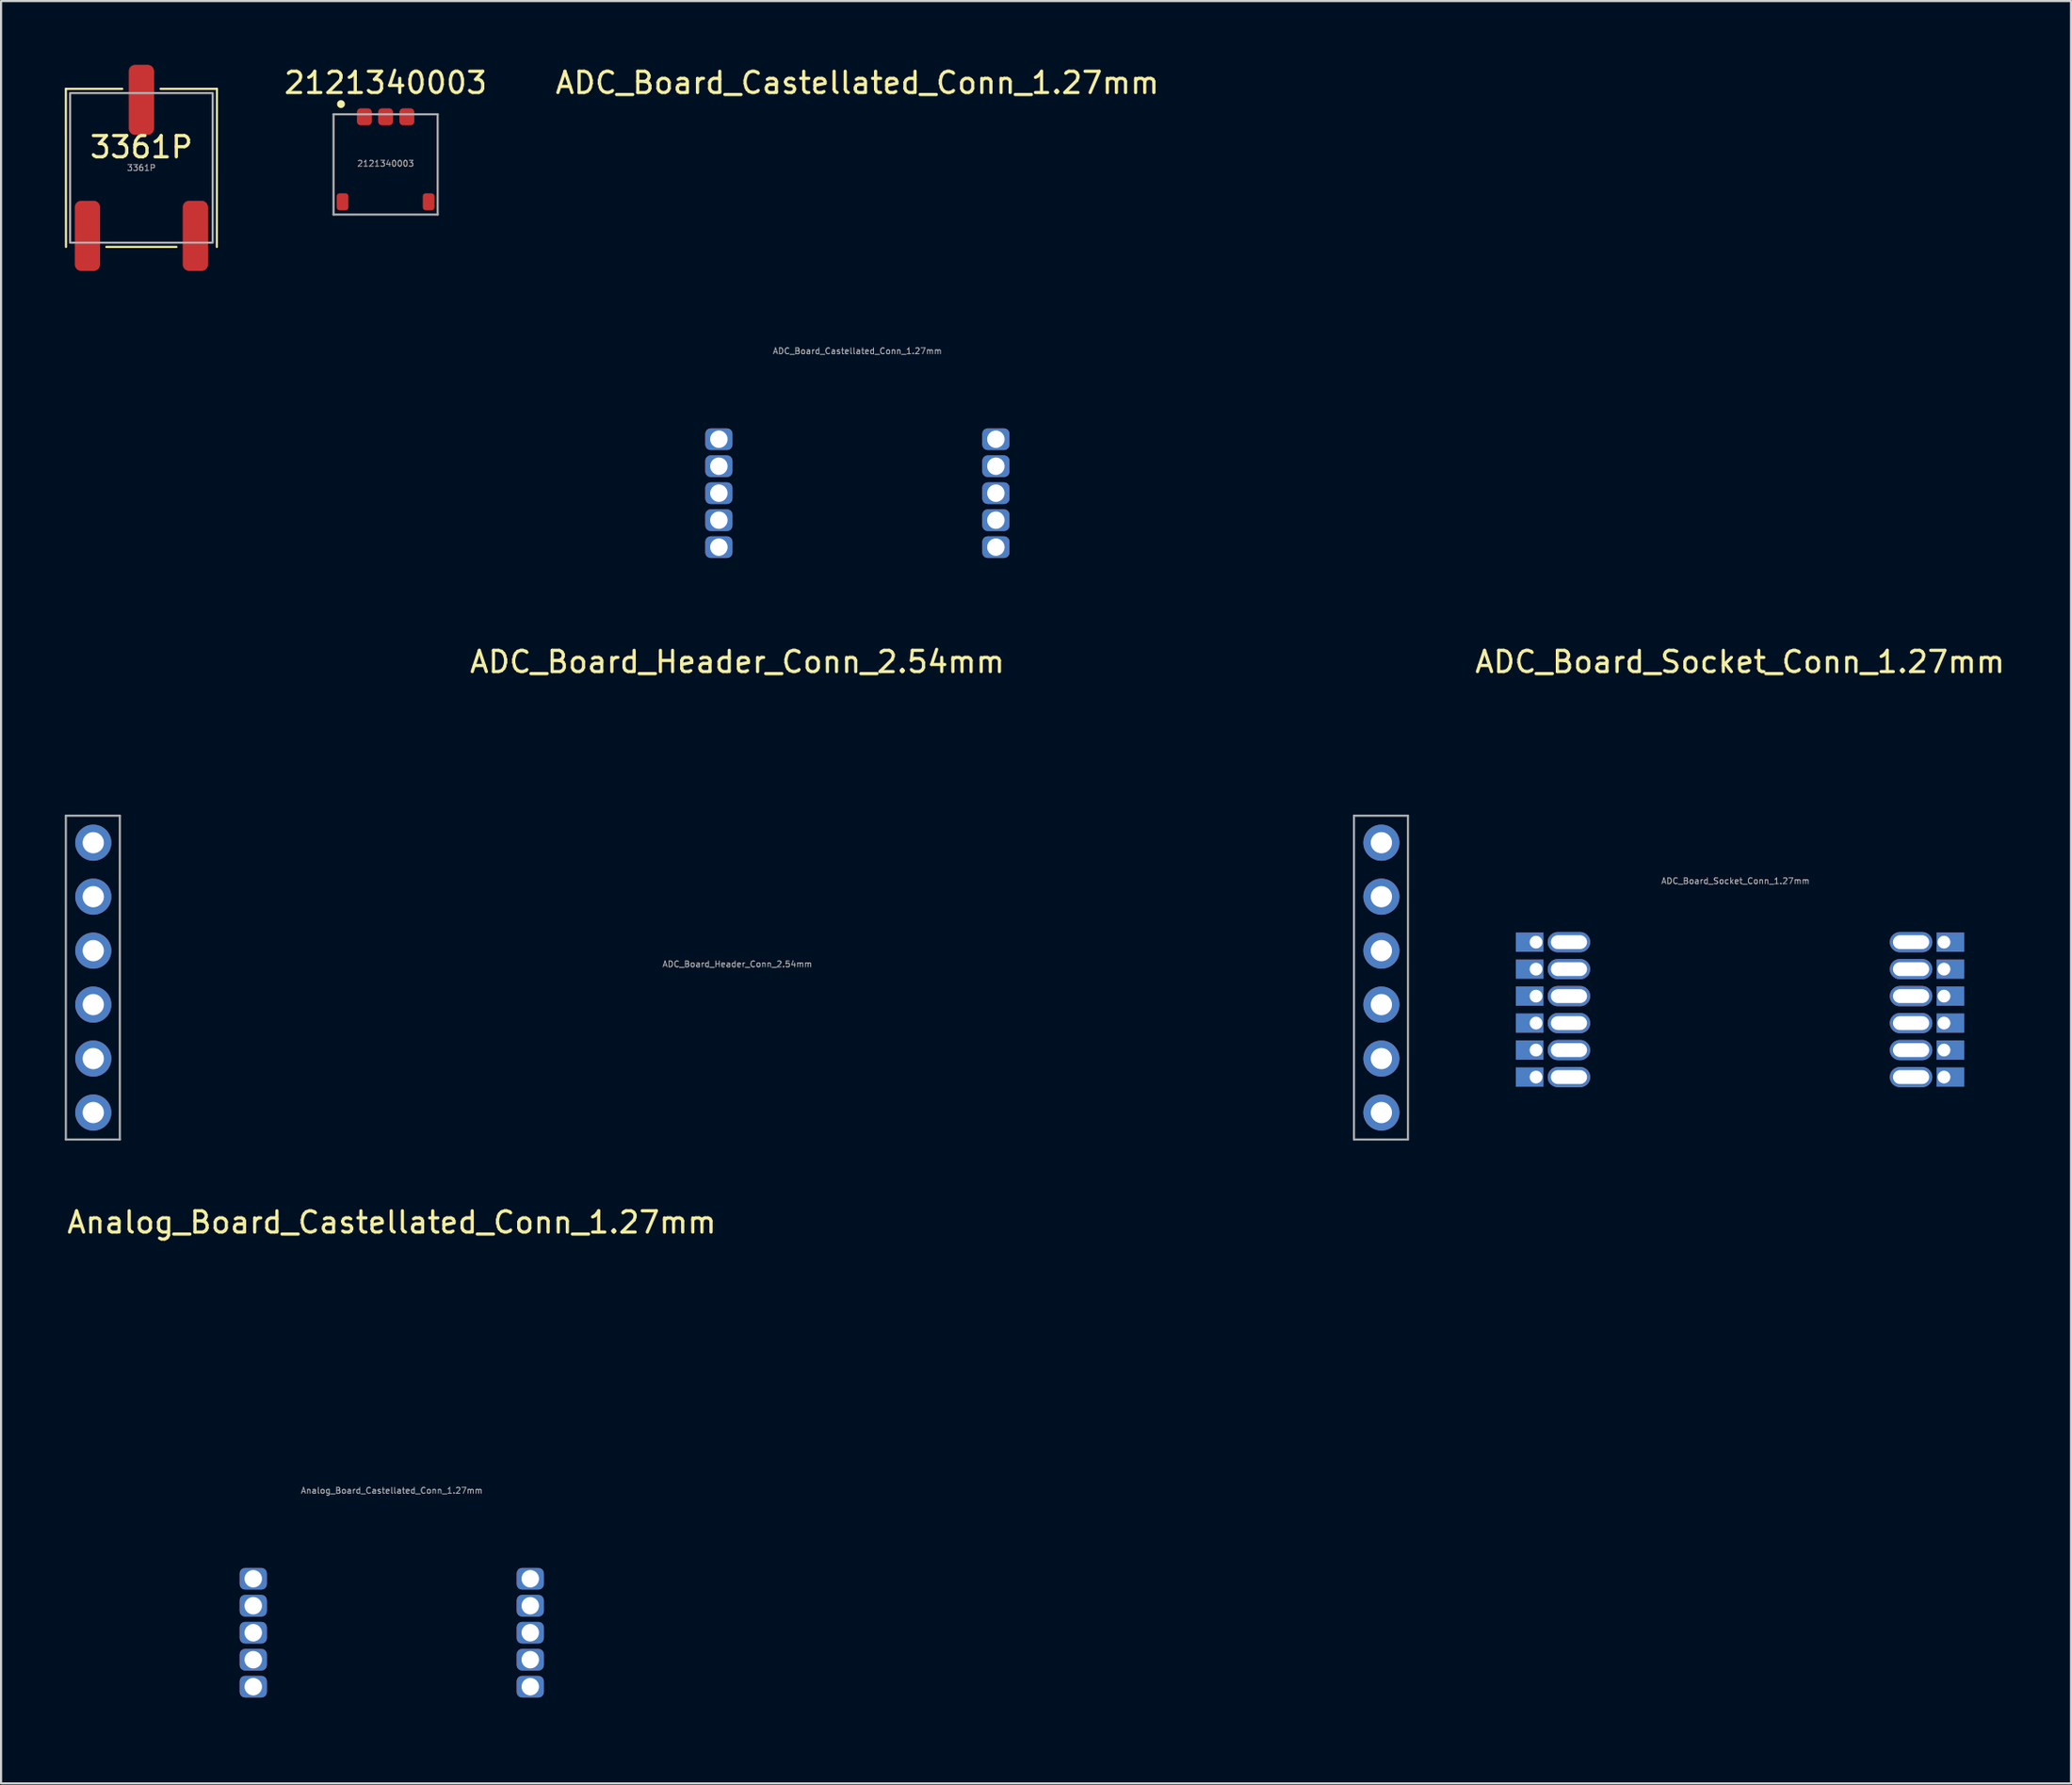
<source format=kicad_pcb>
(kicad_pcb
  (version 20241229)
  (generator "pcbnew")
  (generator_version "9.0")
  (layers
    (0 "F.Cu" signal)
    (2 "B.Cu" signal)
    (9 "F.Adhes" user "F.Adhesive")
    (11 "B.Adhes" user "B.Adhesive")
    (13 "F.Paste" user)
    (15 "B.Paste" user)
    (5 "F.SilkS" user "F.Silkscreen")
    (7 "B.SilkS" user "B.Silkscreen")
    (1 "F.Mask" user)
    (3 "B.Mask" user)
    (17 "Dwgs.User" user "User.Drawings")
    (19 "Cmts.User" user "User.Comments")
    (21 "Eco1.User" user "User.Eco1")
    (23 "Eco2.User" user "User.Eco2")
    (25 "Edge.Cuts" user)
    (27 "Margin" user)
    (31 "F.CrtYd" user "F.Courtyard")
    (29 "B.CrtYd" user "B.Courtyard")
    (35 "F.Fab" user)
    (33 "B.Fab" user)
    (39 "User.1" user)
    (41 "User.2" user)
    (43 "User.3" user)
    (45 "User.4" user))
  (footprint "Analog_Board_Castellated_Conn_1.27mm"
    (layer "F.Cu")
    (at 15.387 67.104)
    (property "Reference" "Analog_Board_Castellated_Conn_1.27mm" (at 0 -12.625 0) (unlocked yes) (layer "F.SilkS") (effects (font (size 1 1) (thickness 0.15))))
    (attr smd)
    (fp_rect (start -6.518 -10.756) (end 6.518 10.756) (stroke (width 0.05) (type default)) (fill no) (layer "User.1"))
    (fp_text user "${REFERENCE}" (at 0 0 0) (unlocked yes) (layer "F.Fab") (effects (font (size 0.28 0.28) (thickness 0.042))))
    (pad "1" thru_hole roundrect (at -6.518 4.148 90) (size 1.02 1.28) (drill 0.82) (property pad_prop_castellated) (layers "*.Cu" "*.Mask") (roundrect_rratio 0.25))
    (pad "2" thru_hole roundrect (at -6.518 5.418 90) (size 1.02 1.28) (drill 0.82) (property pad_prop_castellated) (layers "*.Cu" "*.Mask") (roundrect_rratio 0.25))
    (pad "3" thru_hole roundrect (at -6.518 6.688 90) (size 1.02 1.28) (drill 0.82) (property pad_prop_castellated) (layers "*.Cu" "*.Mask") (roundrect_rratio 0.25))
    (pad "4" thru_hole roundrect (at -6.518 7.958 90) (size 1.02 1.28) (drill 0.82) (property pad_prop_castellated) (layers "*.Cu" "*.Mask") (roundrect_rratio 0.25))
    (pad "5" thru_hole roundrect (at -6.518 9.228 90) (size 1.02 1.28) (drill 0.82) (property pad_prop_castellated) (layers "*.Cu" "*.Mask") (roundrect_rratio 0.25))
    (pad "6" thru_hole roundrect (at 6.518 9.228 90) (size 1.02 1.28) (drill 0.82) (property pad_prop_castellated) (layers "*.Cu" "*.Mask") (roundrect_rratio 0.25))
    (pad "7" thru_hole roundrect (at 6.518 7.958 90) (size 1.02 1.28) (drill 0.82) (property pad_prop_castellated) (layers "*.Cu" "*.Mask") (roundrect_rratio 0.25))
    (pad "8" thru_hole roundrect (at 6.518 6.688 90) (size 1.02 1.28) (drill 0.82) (property pad_prop_castellated) (layers "*.Cu" "*.Mask") (roundrect_rratio 0.25))
    (pad "9" thru_hole roundrect (at 6.518 5.418 90) (size 1.02 1.28) (drill 0.82) (property pad_prop_castellated) (layers "*.Cu" "*.Mask") (roundrect_rratio 0.25))
    (pad "10" thru_hole roundrect (at 6.518 4.148 90) (size 1.02 1.28) (drill 0.82) (property pad_prop_castellated) (layers "*.Cu" "*.Mask") (roundrect_rratio 0.25)))
  (footprint "ADC_Board_Socket_Conn_1.27mm"
    (layer "F.Cu")
    (at 78.837 38.413)
    (property "Reference" "ADC_Board_Socket_Conn_1.27mm" (at 0 -10.311 0) (unlocked yes) (layer "F.SilkS") (effects (font (size 1 1) (thickness 0.15))))
    (attr smd)
    (fp_rect (start -7.804 -8.957) (end 7.804 10.755) (stroke (width 0.05) (type default)) (fill no) (layer "User.1"))
    (fp_text user "${REFERENCE}" (at -0.215 0 0) (unlocked yes) (layer "F.Fab") (effects (font (size 0.28 0.28) (thickness 0.042))))
    (pad "1" thru_hole rect (at -9.6 2.878) (size 1.3 0.9) (drill 0.6 (offset -0.3 0)) (layers "*.Cu" "*.Mask"))
    (pad "1" thru_hole oval (at -8.05 2.878) (size 2 0.95) (drill oval 1.7 0.65) (layers "*.Cu" "*.Mask"))
    (pad "2" thru_hole rect (at -9.6 4.148) (size 1.3 0.9) (drill 0.6 (offset -0.3 0)) (layers "*.Cu" "*.Mask"))
    (pad "2" thru_hole oval (at -8.05 4.148) (size 2 0.95) (drill oval 1.7 0.65) (layers "*.Cu" "*.Mask"))
    (pad "3" thru_hole rect (at -9.6 5.418) (size 1.3 0.9) (drill 0.6 (offset -0.3 0)) (layers "*.Cu" "*.Mask"))
    (pad "3" thru_hole oval (at -8.05 5.418) (size 2 0.95) (drill oval 1.7 0.65) (layers "*.Cu" "*.Mask"))
    (pad "4" thru_hole rect (at -9.6 6.688) (size 1.3 0.9) (drill 0.6 (offset -0.3 0)) (layers "*.Cu" "*.Mask"))
    (pad "4" thru_hole oval (at -8.05 6.688) (size 2 0.95) (drill oval 1.7 0.65) (layers "*.Cu" "*.Mask"))
    (pad "5" thru_hole rect (at -9.6 7.958) (size 1.3 0.9) (drill 0.6 (offset -0.3 0)) (layers "*.Cu" "*.Mask"))
    (pad "5" thru_hole oval (at -8.05 7.958) (size 2 0.95) (drill oval 1.7 0.65) (layers "*.Cu" "*.Mask"))
    (pad "6" thru_hole rect (at -9.6 9.228) (size 1.3 0.9) (drill 0.6 (offset -0.3 0)) (layers "*.Cu" "*.Mask"))
    (pad "6" thru_hole oval (at -8.05 9.228) (size 2 0.95) (drill oval 1.7 0.65) (layers "*.Cu" "*.Mask"))
    (pad "7" thru_hole oval (at 8.05 9.228) (size 2 0.95) (drill oval 1.7 0.65) (layers "*.Cu" "*.Mask"))
    (pad "7" thru_hole rect (at 9.6 9.228) (size 1.3 0.9) (drill 0.6 (offset 0.3 0)) (layers "*.Cu" "*.Mask"))
    (pad "8" thru_hole oval (at 8.05 7.958) (size 2 0.95) (drill oval 1.7 0.65) (layers "*.Cu" "*.Mask"))
    (pad "8" thru_hole rect (at 9.6 7.958) (size 1.3 0.9) (drill 0.6 (offset 0.3 0)) (layers "*.Cu" "*.Mask"))
    (pad "9" thru_hole oval (at 8.05 6.688) (size 2 0.95) (drill oval 1.7 0.65) (layers "*.Cu" "*.Mask"))
    (pad "9" thru_hole rect (at 9.6 6.688) (size 1.3 0.9) (drill 0.6 (offset 0.3 0)) (layers "*.Cu" "*.Mask"))
    (pad "10" thru_hole oval (at 8.05 5.418) (size 2 0.95) (drill oval 1.7 0.65) (layers "*.Cu" "*.Mask"))
    (pad "10" thru_hole rect (at 9.6 5.418) (size 1.3 0.9) (drill 0.6 (offset 0.3 0)) (layers "*.Cu" "*.Mask"))
    (pad "11" thru_hole oval (at 8.05 4.148) (size 2 0.95) (drill oval 1.7 0.65) (layers "*.Cu" "*.Mask"))
    (pad "11" thru_hole rect (at 9.6 4.148) (size 1.3 0.9) (drill 0.6 (offset 0.3 0)) (layers "*.Cu" "*.Mask"))
    (pad "12" thru_hole oval (at 8.05 2.878) (size 2 0.95) (drill oval 1.7 0.65) (layers "*.Cu" "*.Mask"))
    (pad "12" thru_hole rect (at 9.6 2.878) (size 1.3 0.9) (drill 0.6 (offset 0.3 0)) (layers "*.Cu" "*.Mask")))
  (footprint "3361P"
    (layer "F.Cu")
    (at 3.605 4.85)
    (property "Reference" "3361P" (at 0 -0.975 0) (unlocked yes) (layer "F.SilkS") (effects (font (size 1 1) (thickness 0.15))))
    (attr smd)
    (fp_line (start -3.55 -3.72) (end -0.9 -3.72) (stroke (width 0.1) (type default)) (layer "F.SilkS"))
    (fp_line (start -3.55 3.72) (end -3.555 -3.72) (stroke (width 0.1) (type default)) (layer "F.SilkS"))
    (fp_line (start -1.65 3.72) (end 1.65 3.72) (stroke (width 0.1) (type default)) (layer "F.SilkS"))
    (fp_line (start 3.55 -3.72) (end 0.9 -3.72) (stroke (width 0.1) (type default)) (layer "F.SilkS"))
    (fp_line (start 3.55 3.72) (end 3.555 -3.72) (stroke (width 0.1) (type default)) (layer "F.SilkS"))
    (fp_rect (start -3.355 -3.52) (end 3.355 3.52) (stroke (width 0.1) (type solid)) (fill no) (layer "F.Fab"))
    (fp_text user "${REFERENCE}" (at 0 0 0) (unlocked yes) (layer "F.Fab") (effects (font (size 0.28 0.28) (thickness 0.042))))
    (pad "1" smd roundrect (at -2.54 3.2) (size 1.19 3.3) (layers "F.Cu" "F.Mask" "F.Paste") (roundrect_rratio 0.25))
    (pad "2" smd roundrect (at 0 -3.2) (size 1.19 3.3) (layers "F.Cu" "F.Mask" "F.Paste") (roundrect_rratio 0.25))
    (pad "3" smd roundrect (at 2.54 3.2) (size 1.19 3.3) (layers "F.Cu" "F.Mask" "F.Paste") (roundrect_rratio 0.25)))
  (footprint "2121340003"
    (layer "F.Cu")
    (at 15.097 2.448)
    (property "Reference" "2121340003" (at 0 -1.6 0) (unlocked yes) (layer "F.SilkS") (effects (font (size 1 1) (thickness 0.15))))
    (attr smd)
    (fp_circle (center -2.1 -0.6) (end -1.94 -0.6) (stroke (width 0.05) (type solid)) (fill yes) (layer "F.SilkS"))
    (fp_line (start -2.45 -0.12) (end -2.45 4.6) (stroke (width 0.1) (type default)) (layer "F.Fab"))
    (fp_line (start -2.45 4.6) (end 2.45 4.6) (stroke (width 0.1) (type default)) (layer "F.Fab"))
    (fp_line (start 2.45 -0.12) (end -2.45 -0.12) (stroke (width 0.1) (type default)) (layer "F.Fab"))
    (fp_line (start 2.45 -0.12) (end 2.45 4.6) (stroke (width 0.1) (type default)) (layer "F.Fab"))
    (fp_text user "${REFERENCE}" (at 0 2.2 0) (unlocked yes) (layer "F.Fab") (effects (font (size 0.28 0.28) (thickness 0.042))))
    (pad "1" smd roundrect (at -1 0) (size 0.7 0.8) (layers "F.Cu" "F.Mask" "F.Paste") (roundrect_rratio 0.25))
    (pad "2" smd roundrect (at 0 0) (size 0.7 0.8) (layers "F.Cu" "F.Mask" "F.Paste") (roundrect_rratio 0.25))
    (pad "3" smd roundrect (at 1 0) (size 0.7 0.8) (layers "F.Cu" "F.Mask" "F.Paste") (roundrect_rratio 0.25))
    (pad "4" smd roundrect (at -2.025 4) (size 0.55 0.8) (layers "F.Cu" "F.Mask" "F.Paste") (roundrect_rratio 0.25))
    (pad "4" smd roundrect (at 2.025 4) (size 0.55 0.8) (layers "F.Cu" "F.Mask" "F.Paste") (roundrect_rratio 0.25)))
  (footprint "ADC_Board_Castellated_Conn_1.27mm"
    (layer "F.Cu")
    (at 37.299 13.473)
    (property "Reference" "ADC_Board_Castellated_Conn_1.27mm" (at 0 -12.625 0) (unlocked yes) (layer "F.SilkS") (effects (font (size 1 1) (thickness 0.15))))
    (attr smd)
    (fp_rect (start -6.518 -6.957) (end 6.518 10.755) (stroke (width 0.05) (type default)) (fill no) (layer "User.1"))
    (fp_text user "${REFERENCE}" (at 0 0 0) (unlocked yes) (layer "F.Fab") (effects (font (size 0.28 0.28) (thickness 0.042))))
    (pad "1" thru_hole roundrect (at -6.518 4.148 90) (size 1.02 1.28) (drill 0.82) (property pad_prop_castellated) (layers "*.Cu" "*.Mask") (roundrect_rratio 0.25))
    (pad "2" thru_hole roundrect (at -6.518 5.418 90) (size 1.02 1.28) (drill 0.82) (property pad_prop_castellated) (layers "*.Cu" "*.Mask") (roundrect_rratio 0.25))
    (pad "3" thru_hole roundrect (at -6.518 6.688 90) (size 1.02 1.28) (drill 0.82) (property pad_prop_castellated) (layers "*.Cu" "*.Mask") (roundrect_rratio 0.25))
    (pad "4" thru_hole roundrect (at -6.518 7.958 90) (size 1.02 1.28) (drill 0.82) (property pad_prop_castellated) (layers "*.Cu" "*.Mask") (roundrect_rratio 0.25))
    (pad "5" thru_hole roundrect (at -6.518 9.228 90) (size 1.02 1.28) (drill 0.82) (property pad_prop_castellated) (layers "*.Cu" "*.Mask") (roundrect_rratio 0.25))
    (pad "6" thru_hole roundrect (at 6.518 9.228 90) (size 1.02 1.28) (drill 0.82) (property pad_prop_castellated) (layers "*.Cu" "*.Mask") (roundrect_rratio 0.25))
    (pad "7" thru_hole roundrect (at 6.518 7.958 90) (size 1.02 1.28) (drill 0.82) (property pad_prop_castellated) (layers "*.Cu" "*.Mask") (roundrect_rratio 0.25))
    (pad "8" thru_hole roundrect (at 6.518 6.688 90) (size 1.02 1.28) (drill 0.82) (property pad_prop_castellated) (layers "*.Cu" "*.Mask") (roundrect_rratio 0.25))
    (pad "9" thru_hole roundrect (at 6.518 5.418 90) (size 1.02 1.28) (drill 0.82) (property pad_prop_castellated) (layers "*.Cu" "*.Mask") (roundrect_rratio 0.25))
    (pad "10" thru_hole roundrect (at 6.518 4.148 90) (size 1.02 1.28) (drill 0.82) (property pad_prop_castellated) (layers "*.Cu" "*.Mask") (roundrect_rratio 0.25)))
  (footprint "ADC_Board_Header_Conn_2.54mm"
    (layer "F.Cu")
    (at 31.65 42.961)
    (property "Reference" "ADC_Board_Header_Conn_2.54mm" (at 0 -14.859 0) (unlocked yes) (layer "F.SilkS") (effects (font (size 1 1) (thickness 0.15))))
    (attr smd)
    (fp_line (start -31.6 -7.62) (end -29.06 -7.62) (stroke (width 0.1) (type solid)) (layer "F.Fab"))
    (fp_line (start -31.6 7.62) (end -31.6 -7.62) (stroke (width 0.1) (type solid)) (layer "F.Fab"))
    (fp_line (start -29.06 -7.62) (end -29.06 7.62) (stroke (width 0.1) (type solid)) (layer "F.Fab"))
    (fp_line (start -29.06 7.62) (end -31.6 7.62) (stroke (width 0.1) (type solid)) (layer "F.Fab"))
    (fp_line (start 29.02 -7.62) (end 31.56 -7.62) (stroke (width 0.1) (type solid)) (layer "F.Fab"))
    (fp_line (start 29.02 7.62) (end 29.02 -7.62) (stroke (width 0.1) (type solid)) (layer "F.Fab"))
    (fp_line (start 31.56 -7.62) (end 31.56 7.62) (stroke (width 0.1) (type solid)) (layer "F.Fab"))
    (fp_line (start 31.56 7.62) (end 29.02 7.62) (stroke (width 0.1) (type solid)) (layer "F.Fab"))
    (fp_text user "${REFERENCE}" (at 0 -0.635 0) (unlocked yes) (layer "F.Fab") (effects (font (size 0.28 0.28) (thickness 0.042))))
    (pad "1" thru_hole oval (at -30.31 -6.35) (size 1.7 1.7) (drill 1) (layers "*.Cu" "*.Mask"))
    (pad "2" thru_hole oval (at -30.31 -3.81) (size 1.7 1.7) (drill 1) (layers "*.Cu" "*.Mask"))
    (pad "3" thru_hole oval (at -30.31 -1.27) (size 1.7 1.7) (drill 1) (layers "*.Cu" "*.Mask"))
    (pad "4" thru_hole oval (at -30.31 1.27) (size 1.7 1.7) (drill 1) (layers "*.Cu" "*.Mask"))
    (pad "5" thru_hole oval (at -30.31 3.81) (size 1.7 1.7) (drill 1) (layers "*.Cu" "*.Mask"))
    (pad "6" thru_hole oval (at -30.31 6.35) (size 1.7 1.7) (drill 1) (layers "*.Cu" "*.Mask"))
    (pad "7" thru_hole oval (at 30.31 6.35) (size 1.7 1.7) (drill 1) (layers "*.Cu" "*.Mask"))
    (pad "8" thru_hole oval (at 30.31 3.81) (size 1.7 1.7) (drill 1) (layers "*.Cu" "*.Mask"))
    (pad "9" thru_hole oval (at 30.31 1.27) (size 1.7 1.7) (drill 1) (layers "*.Cu" "*.Mask"))
    (pad "10" thru_hole oval (at 30.31 -1.27) (size 1.7 1.7) (drill 1) (layers "*.Cu" "*.Mask"))
    (pad "11" thru_hole oval (at 30.31 -3.81) (size 1.7 1.7) (drill 1) (layers "*.Cu" "*.Mask"))
    (pad "12" thru_hole oval (at 30.31 -6.35) (size 1.7 1.7) (drill 1) (layers "*.Cu" "*.Mask")))
  (gr_rect
    (start -3 -3)
    (end 94.415 80.885)
    (stroke (width 0.1) (type default))
    (fill no)
    (layer "Edge.Cuts")))
</source>
